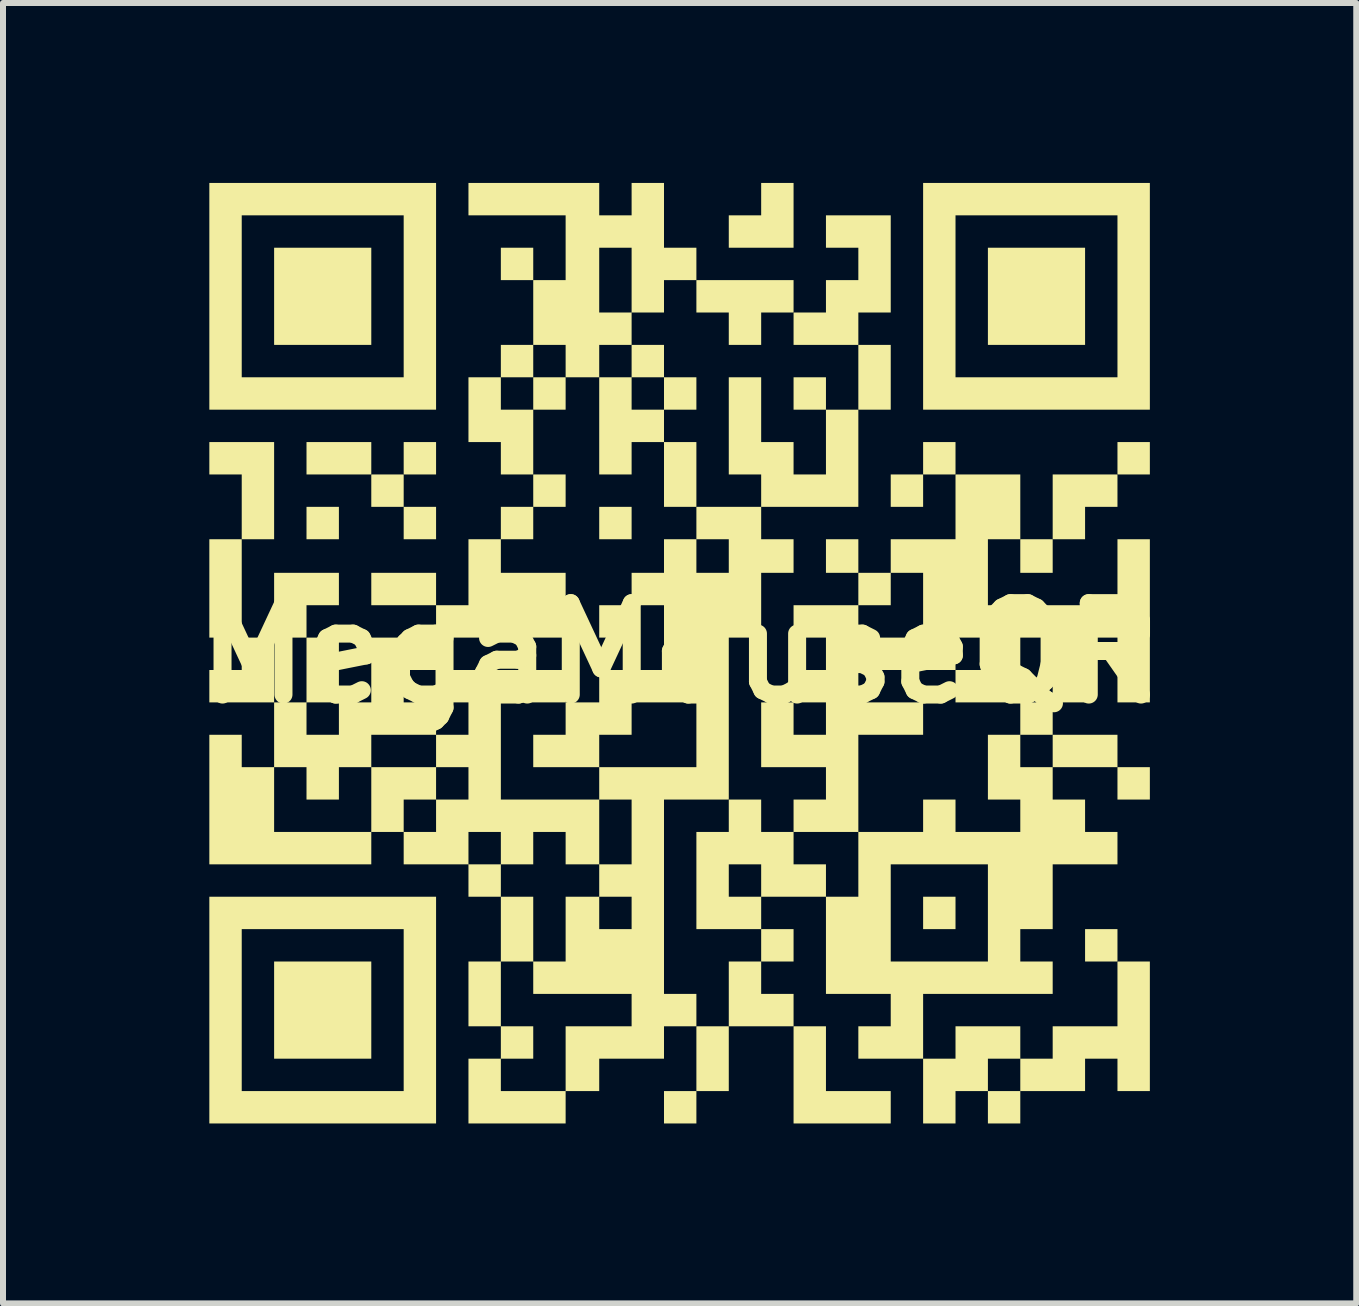
<source format=kicad_pcb>
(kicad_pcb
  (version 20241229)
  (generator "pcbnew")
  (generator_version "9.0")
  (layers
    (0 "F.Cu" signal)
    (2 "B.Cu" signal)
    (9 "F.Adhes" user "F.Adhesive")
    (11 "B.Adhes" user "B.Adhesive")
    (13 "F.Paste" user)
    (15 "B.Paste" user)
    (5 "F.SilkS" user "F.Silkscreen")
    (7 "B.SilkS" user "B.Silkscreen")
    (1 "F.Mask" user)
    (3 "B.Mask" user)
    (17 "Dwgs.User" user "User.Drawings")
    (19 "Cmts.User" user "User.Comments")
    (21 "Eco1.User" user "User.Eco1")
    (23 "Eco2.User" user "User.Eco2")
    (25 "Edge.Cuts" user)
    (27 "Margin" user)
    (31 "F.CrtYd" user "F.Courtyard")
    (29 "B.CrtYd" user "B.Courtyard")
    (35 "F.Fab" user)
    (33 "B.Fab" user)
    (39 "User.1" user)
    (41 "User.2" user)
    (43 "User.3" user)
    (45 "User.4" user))
  (footprint "MegaMouseQR"
    (layer "F.Cu")
    (at 8.28 7.84)
    (property "Reference" "MegaMouseQR" (at 0 0 0) (layer "F.SilkS") (effects (font (size 1.524 1.524) (thickness 0.3))))
    (attr board_only exclude_from_pos_files exclude_from_bom)
    (fp_poly (pts (xy -7.3 -0.26) (xy -7.84 -0.26) (xy -7.84 -1.9) (xy -7.3 -1.9)) (stroke (width 0) (type solid)) (fill yes) (layer "F.SilkS"))
    (fp_poly (pts (xy -5.68 -1.9) (xy -6.22 -1.9) (xy -6.22 -2.44) (xy -5.68 -2.44)) (stroke (width 0) (type solid)) (fill yes) (layer "F.SilkS"))
    (fp_poly (pts (xy -5.14 -5.14) (xy -6.76 -5.14) (xy -6.76 -6.76) (xy -5.14 -6.76)) (stroke (width 0) (type solid)) (fill yes) (layer "F.SilkS"))
    (fp_poly (pts (xy -5.14 -2.98) (xy -6.22 -2.98) (xy -6.22 -3.52) (xy -5.14 -3.52)) (stroke (width 0) (type solid)) (fill yes) (layer "F.SilkS"))
    (fp_poly (pts (xy -5.14 6.76) (xy -6.76 6.76) (xy -6.76 5.14) (xy -5.14 5.14)) (stroke (width 0) (type solid)) (fill yes) (layer "F.SilkS"))
    (fp_poly (pts (xy -4.6 -2.44) (xy -5.14 -2.44) (xy -5.14 -2.98) (xy -4.6 -2.98)) (stroke (width 0) (type solid)) (fill yes) (layer "F.SilkS"))
    (fp_poly (pts (xy -4.06 -2.98) (xy -4.6 -2.98) (xy -4.6 -3.52) (xy -4.06 -3.52)) (stroke (width 0) (type solid)) (fill yes) (layer "F.SilkS"))
    (fp_poly (pts (xy -4.06 -1.9) (xy -4.6 -1.9) (xy -4.6 -2.44) (xy -4.06 -2.44)) (stroke (width 0) (type solid)) (fill yes) (layer "F.SilkS"))
    (fp_poly (pts (xy -4.06 -0.8) (xy -5.14 -0.8) (xy -5.14 -1.34) (xy -4.06 -1.34)) (stroke (width 0) (type solid)) (fill yes) (layer "F.SilkS"))
    (fp_poly (pts (xy -2.44 -6.22) (xy -2.98 -6.22) (xy -2.98 -6.76) (xy -2.44 -6.76)) (stroke (width 0) (type solid)) (fill yes) (layer "F.SilkS"))
    (fp_poly (pts (xy -2.44 -4.6) (xy -2.98 -4.6) (xy -2.98 -5.14) (xy -2.44 -5.14)) (stroke (width 0) (type solid)) (fill yes) (layer "F.SilkS"))
    (fp_poly (pts (xy -2.44 -1.9) (xy -2.98 -1.9) (xy -2.98 -2.44) (xy -2.44 -2.44)) (stroke (width 0) (type solid)) (fill yes) (layer "F.SilkS"))
    (fp_poly (pts (xy -1.9 -4.06) (xy -2.44 -4.06) (xy -2.44 -4.6) (xy -1.9 -4.6)) (stroke (width 0) (type solid)) (fill yes) (layer "F.SilkS"))
    (fp_poly (pts (xy -1.9 -2.44) (xy -2.44 -2.44) (xy -2.44 -2.98) (xy -1.9 -2.98)) (stroke (width 0) (type solid)) (fill yes) (layer "F.SilkS"))
    (fp_poly (pts (xy -0.8 -1.9) (xy -1.34 -1.9) (xy -1.34 -2.44) (xy -0.8 -2.44)) (stroke (width 0) (type solid)) (fill yes) (layer "F.SilkS"))
    (fp_poly (pts (xy -0.8 -0.26) (xy -1.34 -0.26) (xy -1.34 -0.8) (xy -0.8 -0.8)) (stroke (width 0) (type solid)) (fill yes) (layer "F.SilkS"))
    (fp_poly (pts (xy 0.28 -2.44) (xy -0.26 -2.44) (xy -0.26 -3.52) (xy 0.28 -3.52)) (stroke (width 0) (type solid)) (fill yes) (layer "F.SilkS"))
    (fp_poly (pts (xy 0.28 7.84) (xy -0.26 7.84) (xy -0.26 7.3) (xy 0.28 7.3)) (stroke (width 0) (type solid)) (fill yes) (layer "F.SilkS"))
    (fp_poly (pts (xy 0.82 7.3) (xy 0.28 7.3) (xy 0.28 6.22) (xy 0.82 6.22)) (stroke (width 0) (type solid)) (fill yes) (layer "F.SilkS"))
    (fp_poly (pts (xy 1.9 5.14) (xy 1.36 5.14) (xy 1.36 4.6) (xy 1.9 4.6)) (stroke (width 0) (type solid)) (fill yes) (layer "F.SilkS"))
    (fp_poly (pts (xy 2.44 -4.06) (xy 1.9 -4.06) (xy 1.9 -4.6) (xy 2.44 -4.6)) (stroke (width 0) (type solid)) (fill yes) (layer "F.SilkS"))
    (fp_poly (pts (xy 2.98 -1.34) (xy 2.44 -1.34) (xy 2.44 -1.9) (xy 2.98 -1.9)) (stroke (width 0) (type solid)) (fill yes) (layer "F.SilkS"))
    (fp_poly (pts (xy 3.52 -4.06) (xy 2.98 -4.06) (xy 2.98 -5.14) (xy 3.52 -5.14)) (stroke (width 0) (type solid)) (fill yes) (layer "F.SilkS"))
    (fp_poly (pts (xy 4.06 -2.44) (xy 3.52 -2.44) (xy 3.52 -2.98) (xy 4.06 -2.98)) (stroke (width 0) (type solid)) (fill yes) (layer "F.SilkS"))
    (fp_poly (pts (xy 4.6 -2.98) (xy 4.06 -2.98) (xy 4.06 -3.52) (xy 4.6 -3.52)) (stroke (width 0) (type solid)) (fill yes) (layer "F.SilkS"))
    (fp_poly (pts (xy 4.6 4.6) (xy 4.06 4.6) (xy 4.06 4.06) (xy 4.6 4.06)) (stroke (width 0) (type solid)) (fill yes) (layer "F.SilkS"))
    (fp_poly (pts (xy 6.22 -1.34) (xy 5.68 -1.34) (xy 5.68 -1.9) (xy 6.22 -1.9)) (stroke (width 0) (type solid)) (fill yes) (layer "F.SilkS"))
    (fp_poly (pts (xy 6.76 -5.14) (xy 5.14 -5.14) (xy 5.14 -6.76) (xy 6.76 -6.76)) (stroke (width 0) (type solid)) (fill yes) (layer "F.SilkS"))
    (fp_poly (pts (xy 7.3 1.9) (xy 6.22 1.9) (xy 6.22 1.36) (xy 7.3 1.36)) (stroke (width 0) (type solid)) (fill yes) (layer "F.SilkS"))
    (fp_poly (pts (xy 7.3 5.14) (xy 6.76 5.14) (xy 6.76 4.6) (xy 7.3 4.6)) (stroke (width 0) (type solid)) (fill yes) (layer "F.SilkS"))
    (fp_poly (pts (xy 7.84 -2.98) (xy 7.3 -2.98) (xy 7.3 -3.52) (xy 7.84 -3.52)) (stroke (width 0) (type solid)) (fill yes) (layer "F.SilkS"))
    (fp_poly (pts (xy 7.84 2.44) (xy 7.3 2.44) (xy 7.3 1.9) (xy 7.84 1.9)) (stroke (width 0) (type solid)) (fill yes) (layer "F.SilkS"))
    (fp_poly (pts (xy -6.76 -1.9) (xy -7.3 -1.9) (xy -7.3 -2.98) (xy -7.84 -2.98) (xy -7.84 -3.52) (xy -6.76 -3.52)) (stroke (width 0) (type solid)) (fill yes) (layer "F.SilkS"))
    (fp_poly (pts (xy 1.36 5.68) (xy 1.9 5.68) (xy 1.9 6.22) (xy 0.82 6.22) (xy 0.82 5.14) (xy 1.36 5.14)) (stroke (width 0) (type solid)) (fill yes) (layer "F.SilkS"))
    (fp_poly (pts (xy 1.9 -6.76) (xy 0.82 -6.76) (xy 0.82 -7.3) (xy 1.36 -7.3) (xy 1.36 -7.84) (xy 1.9 -7.84)) (stroke (width 0) (type solid)) (fill yes) (layer "F.SilkS"))
    (fp_poly (pts (xy 2.44 7.3) (xy 3.52 7.3) (xy 3.52 7.84) (xy 1.9 7.84) (xy 1.9 6.22) (xy 2.44 6.22)) (stroke (width 0) (type solid)) (fill yes) (layer "F.SilkS"))
    (fp_poly (pts (xy 7.3 -2.44) (xy 6.76 -2.44) (xy 6.76 -1.9) (xy 6.22 -1.9) (xy 6.22 -2.98) (xy 7.3 -2.98)) (stroke (width 0) (type solid)) (fill yes) (layer "F.SilkS"))
    (fp_poly (pts (xy -2.98 -4.06) (xy -2.44 -4.06) (xy -2.44 -2.98) (xy -2.98 -2.98) (xy -2.98 -3.52) (xy -3.52 -3.52) (xy -3.52 -4.6) (xy -2.98 -4.6)) (stroke (width 0) (type solid)) (fill yes) (layer "F.SilkS"))
    (fp_poly (pts (xy -2.98 -1.34) (xy -1.9 -1.34) (xy -1.9 -0.26) (xy -4.06 -0.26) (xy -4.06 -0.8) (xy -3.52 -0.8) (xy -3.52 -1.9) (xy -2.98 -1.9)) (stroke (width 0) (type solid)) (fill yes) (layer "F.SilkS"))
    (fp_poly (pts (xy 1.9 -5.68) (xy 1.36 -5.68) (xy 1.36 -5.14) (xy 0.82 -5.14) (xy 0.82 -5.68) (xy 0.28 -5.68) (xy 0.28 -6.22) (xy 1.9 -6.22)) (stroke (width 0) (type solid)) (fill yes) (layer "F.SilkS"))
    (fp_poly (pts (xy -4.06 -4.06) (xy -7.84 -4.06) (xy -7.84 -4.6) (xy -7.3 -4.6) (xy -4.6 -4.6) (xy -4.6 -7.3) (xy -7.3 -7.3) (xy -7.3 -4.6) (xy -7.84 -4.6) (xy -7.84 -7.84) (xy -4.06 -7.84)) (stroke (width 0) (type solid)) (fill yes) (layer "F.SilkS"))
    (fp_poly (pts (xy -4.06 7.84) (xy -7.84 7.84) (xy -7.84 7.3) (xy -7.3 7.3) (xy -4.6 7.3) (xy -4.6 4.6) (xy -7.3 4.6) (xy -7.3 7.3) (xy -7.84 7.3) (xy -7.84 4.06) (xy -4.06 4.06)) (stroke (width 0) (type solid)) (fill yes) (layer "F.SilkS"))
    (fp_poly (pts (xy 7.84 -4.06) (xy 4.06 -4.06) (xy 4.06 -4.6) (xy 4.6 -4.6) (xy 7.3 -4.6) (xy 7.3 -7.3) (xy 4.6 -7.3) (xy 4.6 -4.6) (xy 4.06 -4.6) (xy 4.06 -7.84) (xy 7.84 -7.84)) (stroke (width 0) (type solid)) (fill yes) (layer "F.SilkS"))
    (fp_poly (pts (xy 1.36 -3.52) (xy 1.9 -3.52) (xy 1.9 -2.98) (xy 2.44 -2.98) (xy 2.44 -4.06) (xy 2.98 -4.06) (xy 2.98 -2.44) (xy 1.36 -2.44) (xy 1.36 -2.98) (xy 0.82 -2.98) (xy 0.82 -4.6) (xy 1.36 -4.6)) (stroke (width 0) (type solid)) (fill yes) (layer "F.SilkS"))
    (fp_poly (pts (xy 3.52 -5.68) (xy 2.98 -5.68) (xy 2.98 -5.14) (xy 1.9 -5.14) (xy 1.9 -5.68) (xy 2.44 -5.68) (xy 2.44 -6.22) (xy 2.98 -6.22) (xy 2.98 -6.76) (xy 2.44 -6.76) (xy 2.44 -7.3) (xy 3.52 -7.3)) (stroke (width 0) (type solid)) (fill yes) (layer "F.SilkS"))
    (fp_poly (pts (xy 0.28 -4.6) (xy 0.28 -4.06) (xy -0.26 -4.06) (xy -0.26 -3.52) (xy -0.8 -3.52) (xy -0.8 -2.98) (xy -1.34 -2.98) (xy -1.34 -4.06) (xy -0.8 -4.06) (xy -0.26 -4.06) (xy -0.26 -4.6) (xy -0.8 -4.6) (xy -0.8 -4.06) (xy -1.34 -4.06) (xy -1.34 -4.6) (xy -0.8 -4.6) (xy -0.8 -5.14) (xy -0.26 -5.14) (xy -0.26 -4.6)) (stroke (width 0) (type solid)) (fill yes) (layer "F.SilkS"))
    (fp_poly (pts (xy 7.84 7.3) (xy 7.3 7.3) (xy 7.3 6.76) (xy 6.76 6.76) (xy 6.76 7.3) (xy 5.68 7.3) (xy 5.68 7.84) (xy 5.14 7.84) (xy 5.14 7.3) (xy 5.68 7.3) (xy 5.68 6.76) (xy 5.14 6.76) (xy 5.14 7.3) (xy 4.6 7.3) (xy 4.6 7.84) (xy 4.06 7.84) (xy 4.06 6.76) (xy 4.6 6.76) (xy 4.6 6.22) (xy 5.68 6.22) (xy 5.68 6.76) (xy 6.22 6.76) (xy 6.22 6.22) (xy 7.3 6.22) (xy 7.3 5.14) (xy 7.84 5.14)) (stroke (width 0) (type solid)) (fill yes) (layer "F.SilkS"))
    (fp_poly (pts (xy -2.44 -6.22) (xy -1.9 -6.22) (xy -1.9 -7.3) (xy -3.52 -7.3) (xy -3.52 -7.84) (xy -1.34 -7.84) (xy -1.34 -7.3) (xy -0.8 -7.3) (xy -0.8 -7.84) (xy -0.26 -7.84) (xy -0.26 -6.76) (xy 0.28 -6.76) (xy 0.28 -6.22) (xy -0.26 -6.22) (xy -0.26 -5.68) (xy -0.8 -5.68) (xy -0.8 -5.14) (xy -1.34 -5.14) (xy -1.34 -4.6) (xy -1.9 -4.6) (xy -1.9 -5.14) (xy -2.44 -5.14) (xy -2.44 -5.68) (xy -1.34 -5.68) (xy -0.8 -5.68) (xy -0.8 -6.76) (xy -1.34 -6.76) (xy -1.34 -5.68) (xy -2.44 -5.68)) (stroke (width 0) (type solid)) (fill yes) (layer "F.SilkS"))
    (fp_poly (pts (xy 5.68 -1.9) (xy 5.14 -1.9) (xy 5.14 -0.8) (xy 7.3 -0.8) (xy 7.3 -1.9) (xy 7.84 -1.9) (xy 7.84 0.82) (xy 7.3 0.82) (xy 7.3 -0.26) (xy 6.76 -0.26) (xy 6.76 0.82) (xy 6.22 0.82) (xy 6.22 1.36) (xy 5.68 1.36) (xy 5.68 1.9) (xy 6.22 1.9) (xy 6.22 2.44) (xy 6.76 2.44) (xy 6.76 2.98) (xy 7.3 2.98) (xy 7.3 3.52) (xy 6.22 3.52) (xy 6.22 4.6) (xy 5.68 4.6) (xy 5.68 5.14) (xy 6.22 5.14) (xy 6.22 5.68) (xy 4.06 5.68) (xy 4.06 6.76) (xy 2.98 6.76) (xy 2.98 6.22) (xy 3.52 6.22) (xy 3.52 5.68) (xy 2.44 5.68) (xy 2.44 5.14) (xy 3.52 5.14) (xy 5.14 5.14) (xy 5.14 3.52) (xy 3.52 3.52) (xy 3.52 5.14) (xy 2.44 5.14) (xy 2.44 4.06) (xy 1.36 4.06) (xy 1.36 4.6) (xy 0.28 4.6) (xy 0.28 4.06) (xy 0.82 4.06) (xy 1.36 4.06) (xy 1.36 3.52) (xy 1.9 3.52) (xy 2.44 3.52) (xy 2.44 4.06) (xy 2.98 4.06) (xy 2.98 2.98) (xy 4.06 2.98) (xy 4.06 2.44) (xy 4.6 2.44) (xy 4.6 2.98) (xy 5.68 2.98) (xy 5.68 2.44) (xy 5.14 2.44) (xy 5.14 1.36) (xy 5.68 1.36) (xy 5.68 0.82) (xy 6.22 0.82) (xy 6.22 -0.26) (xy 5.68 -0.26) (xy 5.68 0.82) (xy 4.6 0.82) (xy 4.6 0.28) (xy 5.14 0.28) (xy 5.14 -0.26) (xy 4.6 -0.26) (xy 4.6 0.28) (xy 2.98 0.28) (xy 2.98 0.82) (xy 4.06 0.82) (xy 4.06 1.36) (xy 2.98 1.36) (xy 2.98 2.98) (xy 1.9 2.98) (xy 1.9 3.52) (xy 1.36 3.52) (xy 0.82 3.52) (xy 0.82 4.06) (xy 0.28 4.06) (xy 0.28 2.98) (xy 0.82 2.98) (xy 0.82 2.44) (xy 1.36 2.44) (xy 1.36 2.98) (xy 1.9 2.98) (xy 1.9 2.44) (xy 2.44 2.44) (xy 2.44 1.9) (xy 1.36 1.9) (xy 1.36 1.36) (xy 1.9 1.36) (xy 2.44 1.36) (xy 2.44 0.82) (xy 1.9 0.82) (xy 1.9 1.36) (xy 1.36 1.36) (xy 1.36 0.82) (xy 1.9 0.82) (xy 1.9 0.28) (xy 2.44 0.28) (xy 2.44 -0.26) (xy 2.98 -0.26) (xy 4.06 -0.26) (xy 4.06 -1.34) (xy 3.52 -1.34) (xy 3.52 -0.8) (xy 2.98 -0.8) (xy 2.98 -0.26) (xy 2.44 -0.26) (xy 1.9 -0.26) (xy 1.9 -0.8) (xy 2.98 -0.8) (xy 2.98 -1.34) (xy 3.52 -1.34) (xy 3.52 -1.9) (xy 4.6 -1.9) (xy 4.6 -2.98) (xy 5.68 -2.98)) (stroke (width 0) (type solid)) (fill yes) (layer "F.SilkS"))
    (fp_poly (pts (xy -1.9 0.28) (xy -1.9 0.82) (xy -1.34 0.82) (xy -1.34 0.28) (xy -0.26 0.28) (xy -0.26 -0.8) (xy -0.8 -0.8) (xy -0.8 -1.34) (xy -0.26 -1.34) (xy 0.28 -1.34) (xy 0.82 -1.34) (xy 0.82 -1.9) (xy 0.28 -1.9) (xy 0.28 -1.34) (xy -0.26 -1.34) (xy -0.26 -1.9) (xy 0.28 -1.9) (xy 0.28 -2.44) (xy 1.36 -2.44) (xy 1.36 -1.9) (xy 1.9 -1.9) (xy 1.9 -1.34) (xy 1.36 -1.34) (xy 1.36 -0.26) (xy 0.82 -0.26) (xy 0.82 2.44) (xy -0.26 2.44) (xy -0.26 5.68) (xy 0.28 5.68) (xy 0.28 6.22) (xy -0.26 6.22) (xy -0.26 6.76) (xy -1.34 6.76) (xy -1.34 7.3) (xy -1.9 7.3) (xy -1.9 7.84) (xy -3.52 7.84) (xy -3.52 7.3) (xy -2.98 7.3) (xy -1.9 7.3) (xy -1.9 6.22) (xy -0.8 6.22) (xy -0.8 5.68) (xy -2.44 5.68) (xy -2.44 5.14) (xy -2.98 5.14) (xy -2.98 6.22) (xy -2.44 6.22) (xy -2.44 6.76) (xy -2.98 6.76) (xy -2.98 7.3) (xy -3.52 7.3) (xy -3.52 6.76) (xy -2.98 6.76) (xy -2.98 6.22) (xy -3.52 6.22) (xy -3.52 5.14) (xy -2.98 5.14) (xy -2.98 4.06) (xy -2.44 4.06) (xy -2.44 5.14) (xy -1.9 5.14) (xy -1.9 4.6) (xy -1.34 4.6) (xy -0.8 4.6) (xy -0.8 4.06) (xy -1.34 4.06) (xy -1.34 4.6) (xy -1.9 4.6) (xy -1.9 4.06) (xy -1.34 4.06) (xy -1.34 3.52) (xy -0.8 3.52) (xy -0.8 2.44) (xy -1.34 2.44) (xy -1.34 3.52) (xy -1.9 3.52) (xy -1.9 2.98) (xy -2.44 2.98) (xy -2.44 3.52) (xy -2.98 3.52) (xy -2.98 4.06) (xy -3.52 4.06) (xy -3.52 3.52) (xy -2.98 3.52) (xy -2.98 2.98) (xy -3.52 2.98) (xy -3.52 3.52) (xy -4.6 3.52) (xy -4.6 2.98) (xy -4.06 2.98) (xy -4.06 2.44) (xy -3.52 2.44) (xy -2.98 2.44) (xy -1.34 2.44) (xy -1.34 1.9) (xy 0.28 1.9) (xy 0.28 0.82) (xy -0.8 0.82) (xy -0.8 1.36) (xy -1.34 1.36) (xy -1.34 1.9) (xy -2.44 1.9) (xy -2.44 1.36) (xy -1.9 1.36) (xy -1.9 0.82) (xy -2.98 0.82) (xy -2.98 2.44) (xy -3.52 2.44) (xy -3.52 1.9) (xy -4.06 1.9) (xy -4.06 2.44) (xy -4.6 2.44) (xy -4.6 2.98) (xy -5.14 2.98) (xy -5.14 3.52) (xy -7.84 3.52) (xy -7.84 2.98) (xy -6.76 2.98) (xy -5.14 2.98) (xy -5.14 1.9) (xy -4.06 1.9) (xy -4.06 1.36) (xy -3.52 1.36) (xy -3.52 0.82) (xy -4.06 0.82) (xy -4.06 1.36) (xy -5.14 1.36) (xy -5.14 1.9) (xy -5.68 1.9) (xy -5.68 2.44) (xy -6.22 2.44) (xy -6.22 1.9) (xy -6.76 1.9) (xy -6.76 2.98) (xy -7.84 2.98) (xy -7.84 1.36) (xy -7.3 1.36) (xy -7.3 1.9) (xy -6.76 1.9) (xy -6.76 1.36) (xy -6.22 1.36) (xy -5.68 1.36) (xy -5.68 0.82) (xy -6.22 0.82) (xy -6.22 1.36) (xy -6.76 1.36) (xy -6.76 0.82) (xy -6.22 0.82) (xy -6.22 -0.26) (xy -6.76 -0.26) (xy -6.76 0.82) (xy -7.84 0.82) (xy -7.84 0.28) (xy -7.3 0.28) (xy -7.3 -0.26) (xy -6.76 -0.26) (xy -6.76 -1.34) (xy -5.68 -1.34) (xy -5.68 -0.8) (xy -6.22 -0.8) (xy -6.22 -0.26) (xy -5.68 -0.26) (xy -5.68 0.82) (xy -5.14 0.82) (xy -4.6 0.82) (xy -4.06 0.82) (xy -4.06 0.28) (xy -4.6 0.28) (xy -4.6 0.82) (xy -5.14 0.82) (xy -5.14 -0.26) (xy -4.06 -0.26) (xy -4.06 0.28)) (stroke (width 0) (type solid)) (fill yes) (layer "F.SilkS")))
  (gr_rect
    (start -3 -3)
    (end 19.561 18.68)
    (stroke (width 0.1) (type default))
    (fill no)
    (layer "Edge.Cuts")))
</source>
